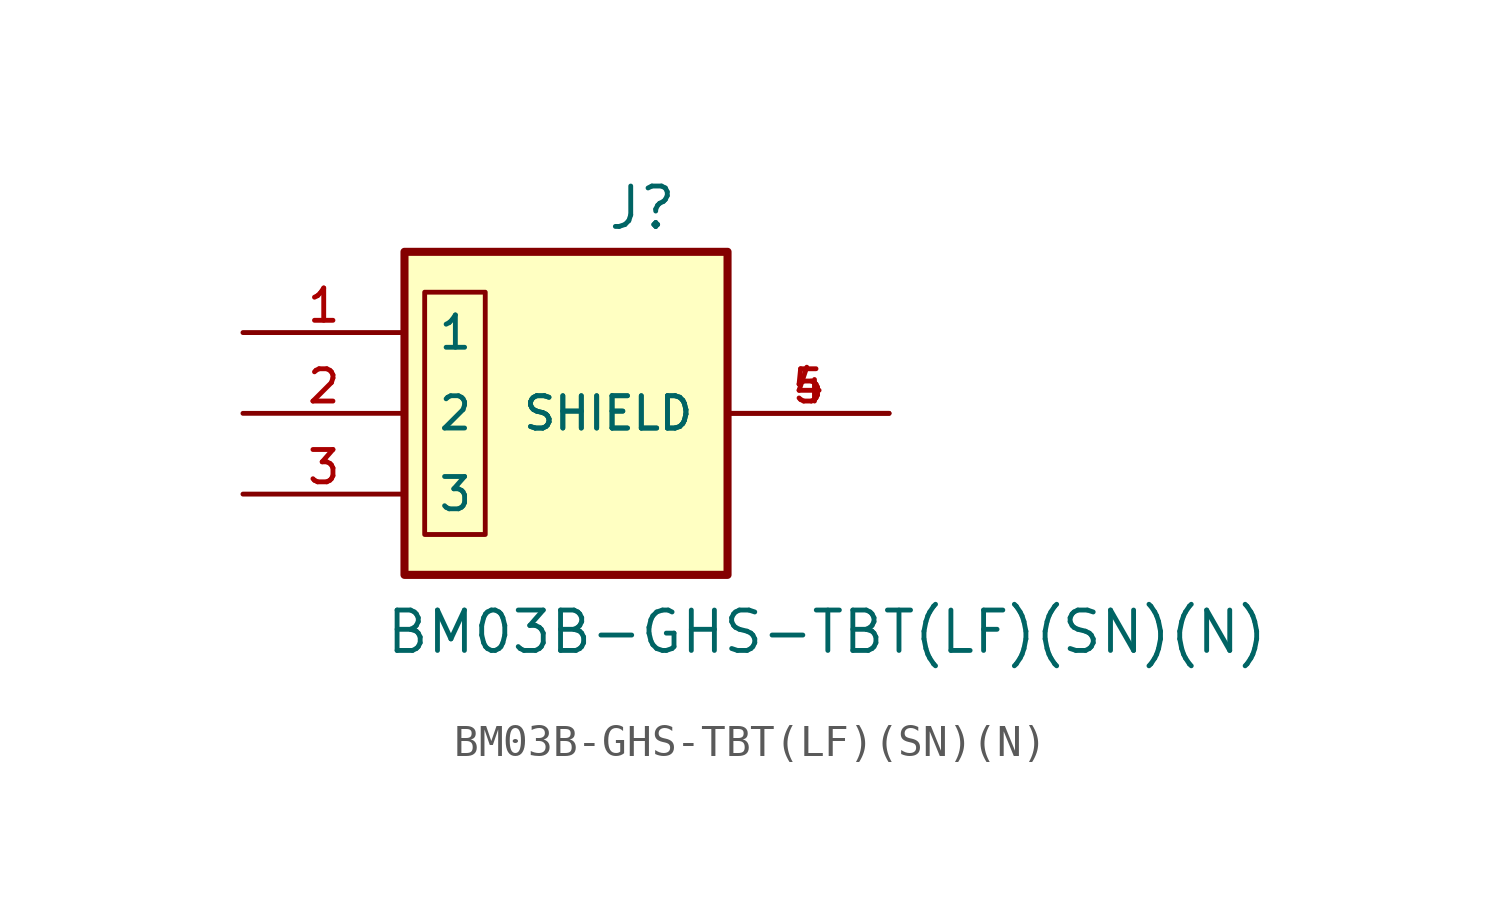
<source format=kicad_sym>
(kicad_symbol_lib
  (version 20211014)
  (generator kicad_symbol_editor)
  (symbol "BM03B-GHS-TBT(LF)(SN)(N)"
    (pin_names
      (offset 1.016))
    (property "Reference" "J"
      (at 3.175 8.255 0)
      (effects (font (size 1.27 1.27)) (justify left bottom)))
    (property "Value" "BM03B-GHS-TBT(LF)(SN)(N)"
      (at -3.81 -5.08 0)
      (effects (font (size 1.27 1.27)) (justify left bottom)))
    (property "ki_locked" ""
      (at 0 0 0)
      (effects (font (size 1.27 1.27))))
    (symbol "BM03B-GHS-TBT(LF)(SN)(N)_0_0"
      (rectangle (start -3.175 7.62) (end 6.985 -2.54) (stroke (width 0.254) (type default) (color 0 0 0 0)) (fill (type background)))
      (pin passive line (at -8.255 5.08 0) (length 5.08) (name "1" (effects (font (size 1.016 1.016)))) (number "1" (effects (font (size 1.016 1.016)))))
      (pin passive line (at -8.255 2.54 0) (length 5.08) (name "2" (effects (font (size 1.016 1.016)))) (number "2" (effects (font (size 1.016 1.016)))))
      (pin passive line (at -8.255 0 0) (length 5.08) (name "3" (effects (font (size 1.016 1.016)))) (number "3" (effects (font (size 1.016 1.016)))))
      (pin passive line (at 12.065 2.54 180) (length 5.08) (name "SHIELD" (effects (font (size 1.016 1.016)))) (number "4" (effects (font (size 1.016 1.016)))))
      (pin passive line (at 12.065 2.54 180) (length 5.08) (name "SHIELD" (effects (font (size 1.016 1.016)))) (number "5" (effects (font (size 1.016 1.016))))))
    (symbol "BM03B-GHS-TBT(LF)(SN)(N)_0_1"
      (rectangle (start -0.635 -1.27) (end -2.54 6.35) (stroke (width 0.152) (type default) (color 0 0 0 0)) (fill (type none))))))
</source>
